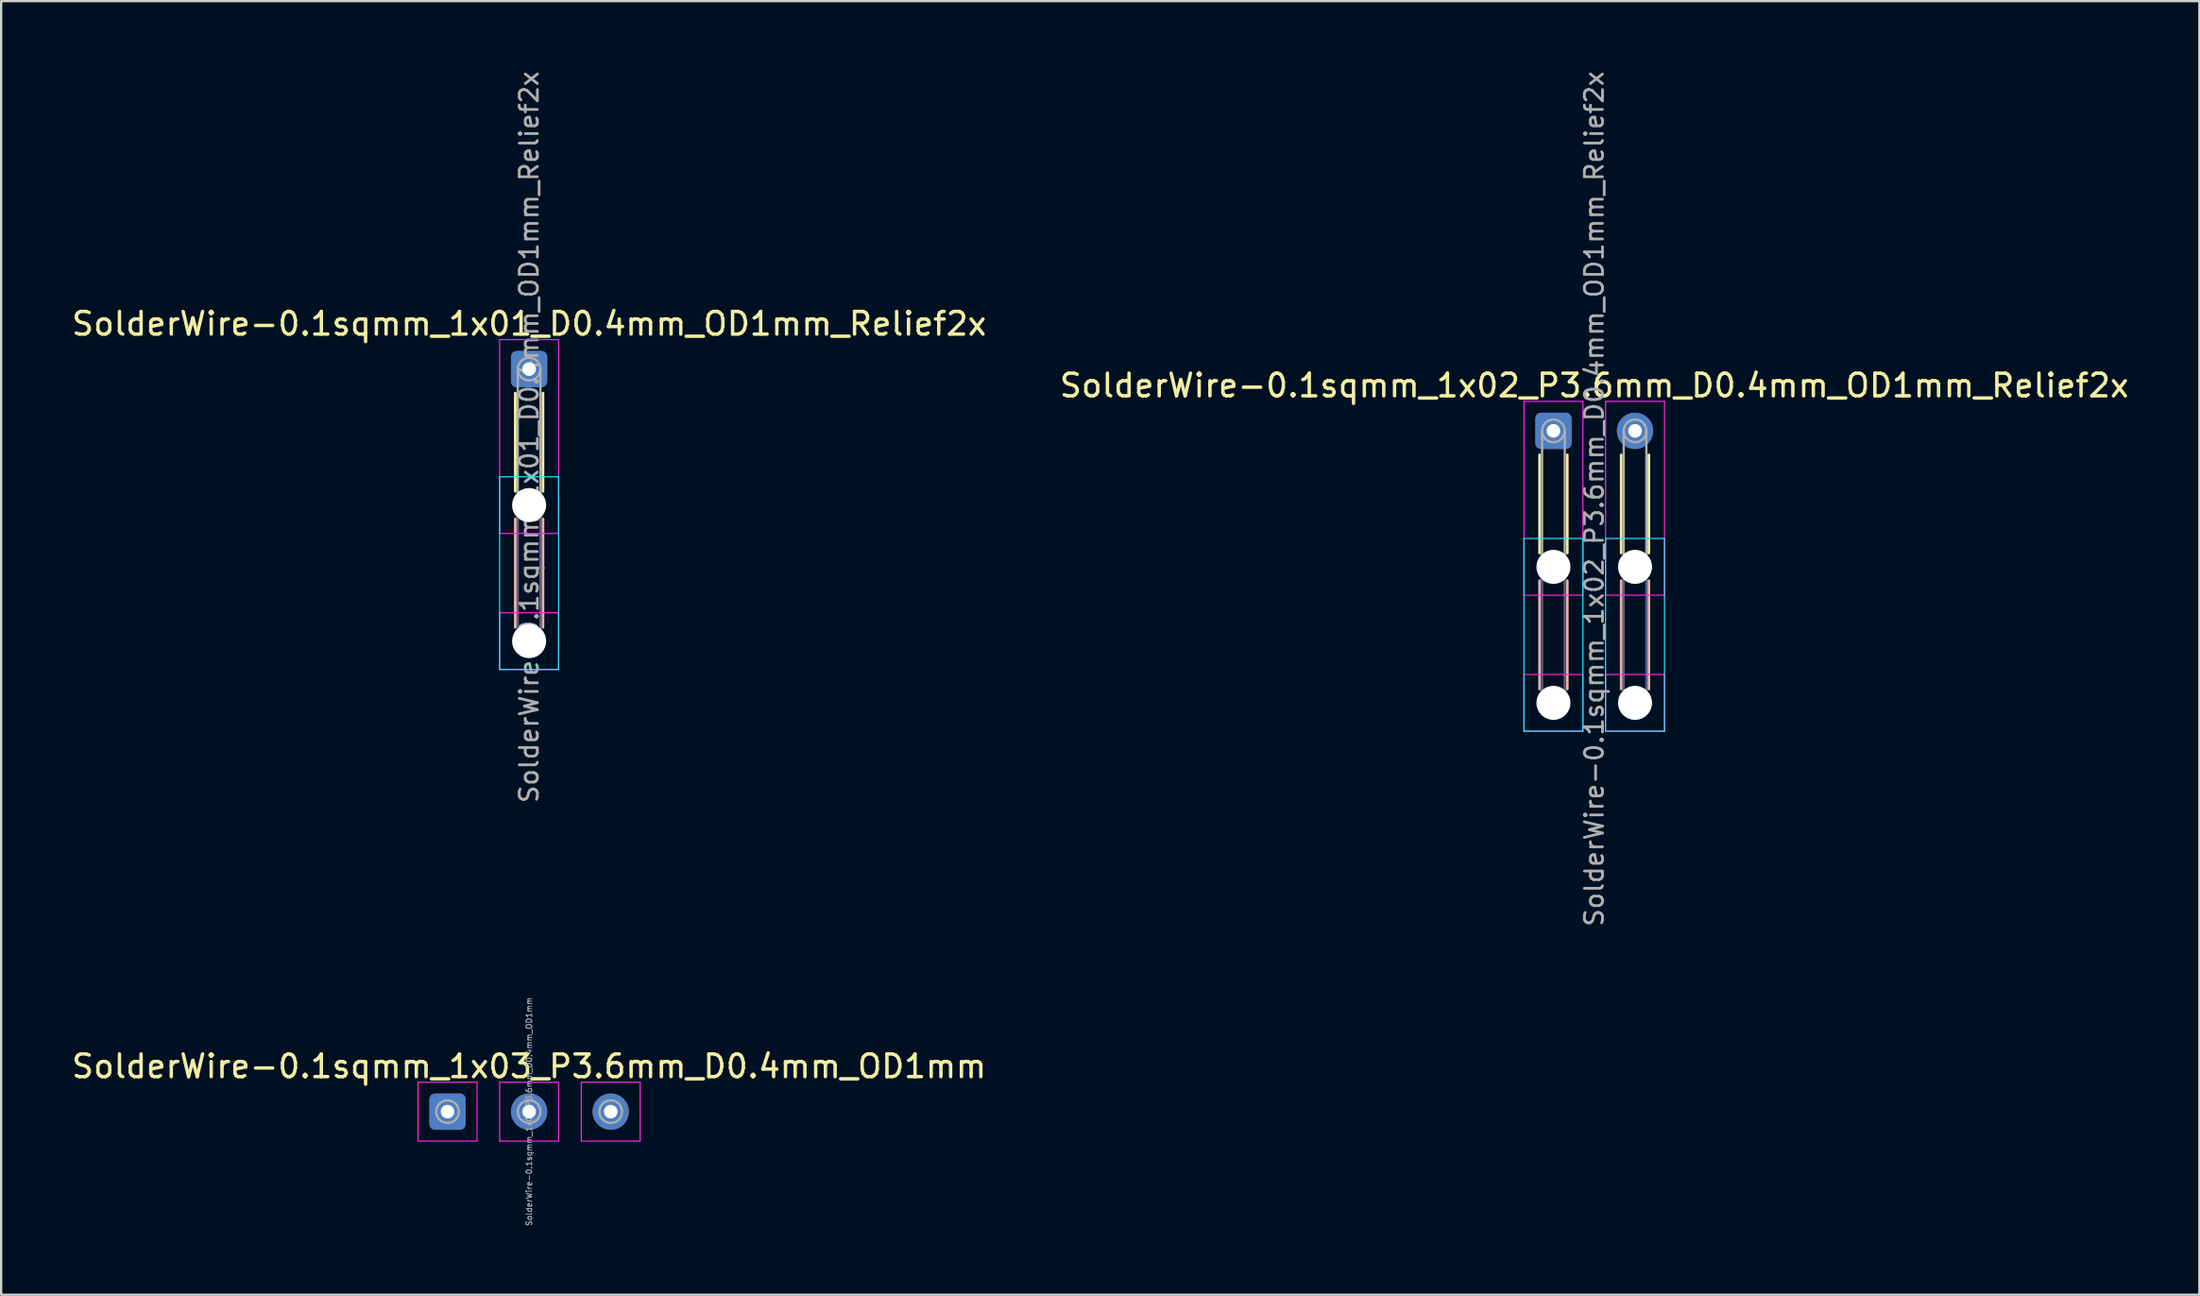
<source format=kicad_pcb>
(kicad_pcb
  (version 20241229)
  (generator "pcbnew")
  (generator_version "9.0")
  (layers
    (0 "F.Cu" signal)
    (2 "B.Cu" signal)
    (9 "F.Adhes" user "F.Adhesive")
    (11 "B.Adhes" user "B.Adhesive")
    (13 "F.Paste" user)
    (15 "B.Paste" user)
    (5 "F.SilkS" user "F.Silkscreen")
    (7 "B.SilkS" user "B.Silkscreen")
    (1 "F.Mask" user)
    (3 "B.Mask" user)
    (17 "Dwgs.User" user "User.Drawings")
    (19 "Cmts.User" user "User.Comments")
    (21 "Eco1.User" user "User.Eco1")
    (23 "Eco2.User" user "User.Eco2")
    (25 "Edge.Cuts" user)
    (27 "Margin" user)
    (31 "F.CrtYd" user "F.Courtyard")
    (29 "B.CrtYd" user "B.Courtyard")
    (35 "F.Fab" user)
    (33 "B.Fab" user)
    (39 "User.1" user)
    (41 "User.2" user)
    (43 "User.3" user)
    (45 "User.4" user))
  (footprint "SolderWire-0.1sqmm_1x03_P3.6mm_D0.4mm_OD1mm"
    (layer "F.Cu")
    (at 16.692 45.991)
    (property "Reference" "SolderWire-0.1sqmm_1x03_P3.6mm_D0.4mm_OD1mm" (at 3.6 -2 0) (layer "F.SilkS") (effects (font (size 1 1) (thickness 0.15))))
    (attr exclude_from_pos_files exclude_from_bom)
    (fp_line (start -1.3 -1.3) (end -1.3 1.3) (stroke (width 0.05) (type solid)) (layer "F.CrtYd"))
    (fp_line (start -1.3 1.3) (end 1.3 1.3) (stroke (width 0.05) (type solid)) (layer "F.CrtYd"))
    (fp_line (start 1.3 -1.3) (end -1.3 -1.3) (stroke (width 0.05) (type solid)) (layer "F.CrtYd"))
    (fp_line (start 1.3 1.3) (end 1.3 -1.3) (stroke (width 0.05) (type solid)) (layer "F.CrtYd"))
    (fp_line (start 2.3 -1.3) (end 2.3 1.3) (stroke (width 0.05) (type solid)) (layer "F.CrtYd"))
    (fp_line (start 2.3 1.3) (end 4.9 1.3) (stroke (width 0.05) (type solid)) (layer "F.CrtYd"))
    (fp_line (start 4.9 -1.3) (end 2.3 -1.3) (stroke (width 0.05) (type solid)) (layer "F.CrtYd"))
    (fp_line (start 4.9 1.3) (end 4.9 -1.3) (stroke (width 0.05) (type solid)) (layer "F.CrtYd"))
    (fp_line (start 5.9 -1.3) (end 5.9 1.3) (stroke (width 0.05) (type solid)) (layer "F.CrtYd"))
    (fp_line (start 5.9 1.3) (end 8.5 1.3) (stroke (width 0.05) (type solid)) (layer "F.CrtYd"))
    (fp_line (start 8.5 -1.3) (end 5.9 -1.3) (stroke (width 0.05) (type solid)) (layer "F.CrtYd"))
    (fp_line (start 8.5 1.3) (end 8.5 -1.3) (stroke (width 0.05) (type solid)) (layer "F.CrtYd"))
    (fp_circle (center 0 0) (end 0.5 0) (stroke (width 0.1) (type solid)) (fill no) (layer "F.Fab"))
    (fp_circle (center 3.6 0) (end 4.1 0) (stroke (width 0.1) (type solid)) (fill no) (layer "F.Fab"))
    (fp_circle (center 7.2 0) (end 7.7 0) (stroke (width 0.1) (type solid)) (fill no) (layer "F.Fab"))
    (fp_text user "${REFERENCE}" (at 3.6 0 90) (layer "F.Fab") (effects (font (size 0.25 0.25) (thickness 0.04))))
    (pad "1" thru_hole roundrect (at 0 0) (size 1.6 1.6) (drill 0.6) (layers "*.Cu" "*.Mask") (roundrect_rratio 0.156))
    (pad "2" thru_hole circle (at 3.6 0) (size 1.6 1.6) (drill 0.6) (layers "*.Cu" "*.Mask"))
    (pad "3" thru_hole circle (at 7.2 0) (size 1.6 1.6) (drill 0.6) (layers "*.Cu" "*.Mask")))
  (footprint "SolderWire-0.1sqmm_1x02_P3.6mm_D0.4mm_OD1mm_Relief2x"
    (layer "F.Cu")
    (at 65.48 15.957)
    (property "Reference" "SolderWire-0.1sqmm_1x02_P3.6mm_D0.4mm_OD1mm_Relief2x" (at 1.8 -2 0) (layer "F.SilkS") (effects (font (size 1 1) (thickness 0.15))))
    (attr exclude_from_pos_files exclude_from_bom)
    (fp_line (start -0.61 1.06) (end -0.61 5.39) (stroke (width 0.12) (type solid)) (layer "F.SilkS"))
    (fp_line (start 0.61 1.06) (end 0.61 5.39) (stroke (width 0.12) (type solid)) (layer "F.SilkS"))
    (fp_line (start 2.99 1.06) (end 2.99 5.39) (stroke (width 0.12) (type solid)) (layer "F.SilkS"))
    (fp_line (start 4.21 1.06) (end 4.21 5.39) (stroke (width 0.12) (type solid)) (layer "F.SilkS"))
    (fp_line (start -0.61 6.61) (end -0.61 11.39) (stroke (width 0.12) (type solid)) (layer "B.SilkS"))
    (fp_line (start 0.61 6.61) (end 0.61 11.39) (stroke (width 0.12) (type solid)) (layer "B.SilkS"))
    (fp_line (start 2.99 6.61) (end 2.99 11.39) (stroke (width 0.12) (type solid)) (layer "B.SilkS"))
    (fp_line (start 4.21 6.61) (end 4.21 11.39) (stroke (width 0.12) (type solid)) (layer "B.SilkS"))
    (fp_line (start -1.3 4.75) (end -1.3 13.25) (stroke (width 0.05) (type solid)) (layer "B.CrtYd"))
    (fp_line (start -1.3 13.25) (end 1.3 13.25) (stroke (width 0.05) (type solid)) (layer "B.CrtYd"))
    (fp_line (start 1.3 4.75) (end -1.3 4.75) (stroke (width 0.05) (type solid)) (layer "B.CrtYd"))
    (fp_line (start 1.3 13.25) (end 1.3 4.75) (stroke (width 0.05) (type solid)) (layer "B.CrtYd"))
    (fp_line (start 2.3 4.75) (end 2.3 13.25) (stroke (width 0.05) (type solid)) (layer "B.CrtYd"))
    (fp_line (start 2.3 13.25) (end 4.9 13.25) (stroke (width 0.05) (type solid)) (layer "B.CrtYd"))
    (fp_line (start 4.9 4.75) (end 2.3 4.75) (stroke (width 0.05) (type solid)) (layer "B.CrtYd"))
    (fp_line (start 4.9 13.25) (end 4.9 4.75) (stroke (width 0.05) (type solid)) (layer "B.CrtYd"))
    (fp_line (start -1.3 -1.3) (end -1.3 7.25) (stroke (width 0.05) (type solid)) (layer "F.CrtYd"))
    (fp_line (start -1.3 7.25) (end 1.3 7.25) (stroke (width 0.05) (type solid)) (layer "F.CrtYd"))
    (fp_line (start -1.3 10.75) (end -1.3 13.25) (stroke (width 0.05) (type solid)) (layer "F.CrtYd"))
    (fp_line (start -1.3 13.25) (end 1.3 13.25) (stroke (width 0.05) (type solid)) (layer "F.CrtYd"))
    (fp_line (start 1.3 -1.3) (end -1.3 -1.3) (stroke (width 0.05) (type solid)) (layer "F.CrtYd"))
    (fp_line (start 1.3 7.25) (end 1.3 -1.3) (stroke (width 0.05) (type solid)) (layer "F.CrtYd"))
    (fp_line (start 1.3 10.75) (end -1.3 10.75) (stroke (width 0.05) (type solid)) (layer "F.CrtYd"))
    (fp_line (start 1.3 13.25) (end 1.3 10.75) (stroke (width 0.05) (type solid)) (layer "F.CrtYd"))
    (fp_line (start 2.3 -1.3) (end 2.3 7.25) (stroke (width 0.05) (type solid)) (layer "F.CrtYd"))
    (fp_line (start 2.3 7.25) (end 4.9 7.25) (stroke (width 0.05) (type solid)) (layer "F.CrtYd"))
    (fp_line (start 2.3 10.75) (end 2.3 13.25) (stroke (width 0.05) (type solid)) (layer "F.CrtYd"))
    (fp_line (start 2.3 13.25) (end 4.9 13.25) (stroke (width 0.05) (type solid)) (layer "F.CrtYd"))
    (fp_line (start 4.9 -1.3) (end 2.3 -1.3) (stroke (width 0.05) (type solid)) (layer "F.CrtYd"))
    (fp_line (start 4.9 7.25) (end 4.9 -1.3) (stroke (width 0.05) (type solid)) (layer "F.CrtYd"))
    (fp_line (start 4.9 10.75) (end 2.3 10.75) (stroke (width 0.05) (type solid)) (layer "F.CrtYd"))
    (fp_line (start 4.9 13.25) (end 4.9 10.75) (stroke (width 0.05) (type solid)) (layer "F.CrtYd"))
    (fp_line (start -0.5 6) (end -0.5 12) (stroke (width 0.1) (type solid)) (layer "B.Fab"))
    (fp_line (start 0.5 6) (end 0.5 12) (stroke (width 0.1) (type solid)) (layer "B.Fab"))
    (fp_line (start 3.1 6) (end 3.1 12) (stroke (width 0.1) (type solid)) (layer "B.Fab"))
    (fp_line (start 4.1 6) (end 4.1 12) (stroke (width 0.1) (type solid)) (layer "B.Fab"))
    (fp_circle (center 0 6) (end 0.5 6) (stroke (width 0.1) (type solid)) (fill no) (layer "B.Fab"))
    (fp_circle (center 0 12) (end 0.5 12) (stroke (width 0.1) (type solid)) (fill no) (layer "B.Fab"))
    (fp_circle (center 3.6 6) (end 4.1 6) (stroke (width 0.1) (type solid)) (fill no) (layer "B.Fab"))
    (fp_circle (center 3.6 12) (end 4.1 12) (stroke (width 0.1) (type solid)) (fill no) (layer "B.Fab"))
    (fp_line (start -0.5 0) (end -0.5 6) (stroke (width 0.1) (type solid)) (layer "F.Fab"))
    (fp_line (start 0.5 0) (end 0.5 6) (stroke (width 0.1) (type solid)) (layer "F.Fab"))
    (fp_line (start 3.1 0) (end 3.1 6) (stroke (width 0.1) (type solid)) (layer "F.Fab"))
    (fp_line (start 4.1 0) (end 4.1 6) (stroke (width 0.1) (type solid)) (layer "F.Fab"))
    (fp_circle (center 0 0) (end 0.5 0) (stroke (width 0.1) (type solid)) (fill no) (layer "F.Fab"))
    (fp_circle (center 0 6) (end 0.5 6) (stroke (width 0.1) (type solid)) (fill no) (layer "F.Fab"))
    (fp_circle (center 0 12) (end 0.5 12) (stroke (width 0.1) (type solid)) (fill no) (layer "F.Fab"))
    (fp_circle (center 3.6 0) (end 4.1 0) (stroke (width 0.1) (type solid)) (fill no) (layer "F.Fab"))
    (fp_circle (center 3.6 6) (end 4.1 6) (stroke (width 0.1) (type solid)) (fill no) (layer "F.Fab"))
    (fp_circle (center 3.6 12) (end 4.1 12) (stroke (width 0.1) (type solid)) (fill no) (layer "F.Fab"))
    (fp_text user "${REFERENCE}" (at 1.8 3 90) (layer "F.Fab") (effects (font (size 0.8 0.8) (thickness 0.12))))
    (pad "" np_thru_hole circle (at 0 6) (size 1.5 1.5) (drill 1.5) (layers "*.Cu" "*.Mask"))
    (pad "" np_thru_hole circle (at 0 12) (size 1.5 1.5) (drill 1.5) (layers "*.Cu" "*.Mask"))
    (pad "" np_thru_hole circle (at 3.6 6) (size 1.5 1.5) (drill 1.5) (layers "*.Cu" "*.Mask"))
    (pad "" np_thru_hole circle (at 3.6 12) (size 1.5 1.5) (drill 1.5) (layers "*.Cu" "*.Mask"))
    (pad "1" thru_hole roundrect (at 0 0) (size 1.6 1.6) (drill 0.6) (layers "*.Cu" "*.Mask") (roundrect_rratio 0.156))
    (pad "2" thru_hole circle (at 3.6 0) (size 1.6 1.6) (drill 0.6) (layers "*.Cu" "*.Mask")))
  (footprint "SolderWire-0.1sqmm_1x01_D0.4mm_OD1mm_Relief2x"
    (layer "F.Cu")
    (at 20.292 13.233)
    (property "Reference" "SolderWire-0.1sqmm_1x01_D0.4mm_OD1mm_Relief2x" (at 0 -2 0) (layer "F.SilkS") (effects (font (size 1 1) (thickness 0.15))))
    (attr exclude_from_pos_files exclude_from_bom)
    (fp_line (start -0.61 1.06) (end -0.61 5.39) (stroke (width 0.12) (type solid)) (layer "F.SilkS"))
    (fp_line (start 0.61 1.06) (end 0.61 5.39) (stroke (width 0.12) (type solid)) (layer "F.SilkS"))
    (fp_line (start -0.61 6.61) (end -0.61 11.39) (stroke (width 0.12) (type solid)) (layer "B.SilkS"))
    (fp_line (start 0.61 6.61) (end 0.61 11.39) (stroke (width 0.12) (type solid)) (layer "B.SilkS"))
    (fp_line (start -1.3 4.75) (end -1.3 13.25) (stroke (width 0.05) (type solid)) (layer "B.CrtYd"))
    (fp_line (start -1.3 13.25) (end 1.3 13.25) (stroke (width 0.05) (type solid)) (layer "B.CrtYd"))
    (fp_line (start 1.3 4.75) (end -1.3 4.75) (stroke (width 0.05) (type solid)) (layer "B.CrtYd"))
    (fp_line (start 1.3 13.25) (end 1.3 4.75) (stroke (width 0.05) (type solid)) (layer "B.CrtYd"))
    (fp_line (start -1.3 -1.3) (end -1.3 7.25) (stroke (width 0.05) (type solid)) (layer "F.CrtYd"))
    (fp_line (start -1.3 7.25) (end 1.3 7.25) (stroke (width 0.05) (type solid)) (layer "F.CrtYd"))
    (fp_line (start -1.3 10.75) (end -1.3 13.25) (stroke (width 0.05) (type solid)) (layer "F.CrtYd"))
    (fp_line (start -1.3 13.25) (end 1.3 13.25) (stroke (width 0.05) (type solid)) (layer "F.CrtYd"))
    (fp_line (start 1.3 -1.3) (end -1.3 -1.3) (stroke (width 0.05) (type solid)) (layer "F.CrtYd"))
    (fp_line (start 1.3 7.25) (end 1.3 -1.3) (stroke (width 0.05) (type solid)) (layer "F.CrtYd"))
    (fp_line (start 1.3 10.75) (end -1.3 10.75) (stroke (width 0.05) (type solid)) (layer "F.CrtYd"))
    (fp_line (start 1.3 13.25) (end 1.3 10.75) (stroke (width 0.05) (type solid)) (layer "F.CrtYd"))
    (fp_line (start -0.5 6) (end -0.5 12) (stroke (width 0.1) (type solid)) (layer "B.Fab"))
    (fp_line (start 0.5 6) (end 0.5 12) (stroke (width 0.1) (type solid)) (layer "B.Fab"))
    (fp_circle (center 0 6) (end 0.5 6) (stroke (width 0.1) (type solid)) (fill no) (layer "B.Fab"))
    (fp_circle (center 0 12) (end 0.5 12) (stroke (width 0.1) (type solid)) (fill no) (layer "B.Fab"))
    (fp_line (start -0.5 0) (end -0.5 6) (stroke (width 0.1) (type solid)) (layer "F.Fab"))
    (fp_line (start 0.5 0) (end 0.5 6) (stroke (width 0.1) (type solid)) (layer "F.Fab"))
    (fp_circle (center 0 0) (end 0.5 0) (stroke (width 0.1) (type solid)) (fill no) (layer "F.Fab"))
    (fp_circle (center 0 6) (end 0.5 6) (stroke (width 0.1) (type solid)) (fill no) (layer "F.Fab"))
    (fp_circle (center 0 12) (end 0.5 12) (stroke (width 0.1) (type solid)) (fill no) (layer "F.Fab"))
    (fp_text user "${REFERENCE}" (at 0 3 90) (layer "F.Fab") (effects (font (size 0.8 0.8) (thickness 0.12))))
    (pad "" np_thru_hole circle (at 0 6) (size 1.5 1.5) (drill 1.5) (layers "*.Cu" "*.Mask"))
    (pad "" np_thru_hole circle (at 0 12) (size 1.5 1.5) (drill 1.5) (layers "*.Cu" "*.Mask"))
    (pad "1" thru_hole roundrect (at 0 0) (size 1.6 1.6) (drill 0.6) (layers "*.Cu" "*.Mask") (roundrect_rratio 0.156)))
  (gr_rect
    (start -3 -3)
    (end 93.976 54.068)
    (stroke (width 0.1) (type default))
    (fill no)
    (layer "Edge.Cuts")))
</source>
